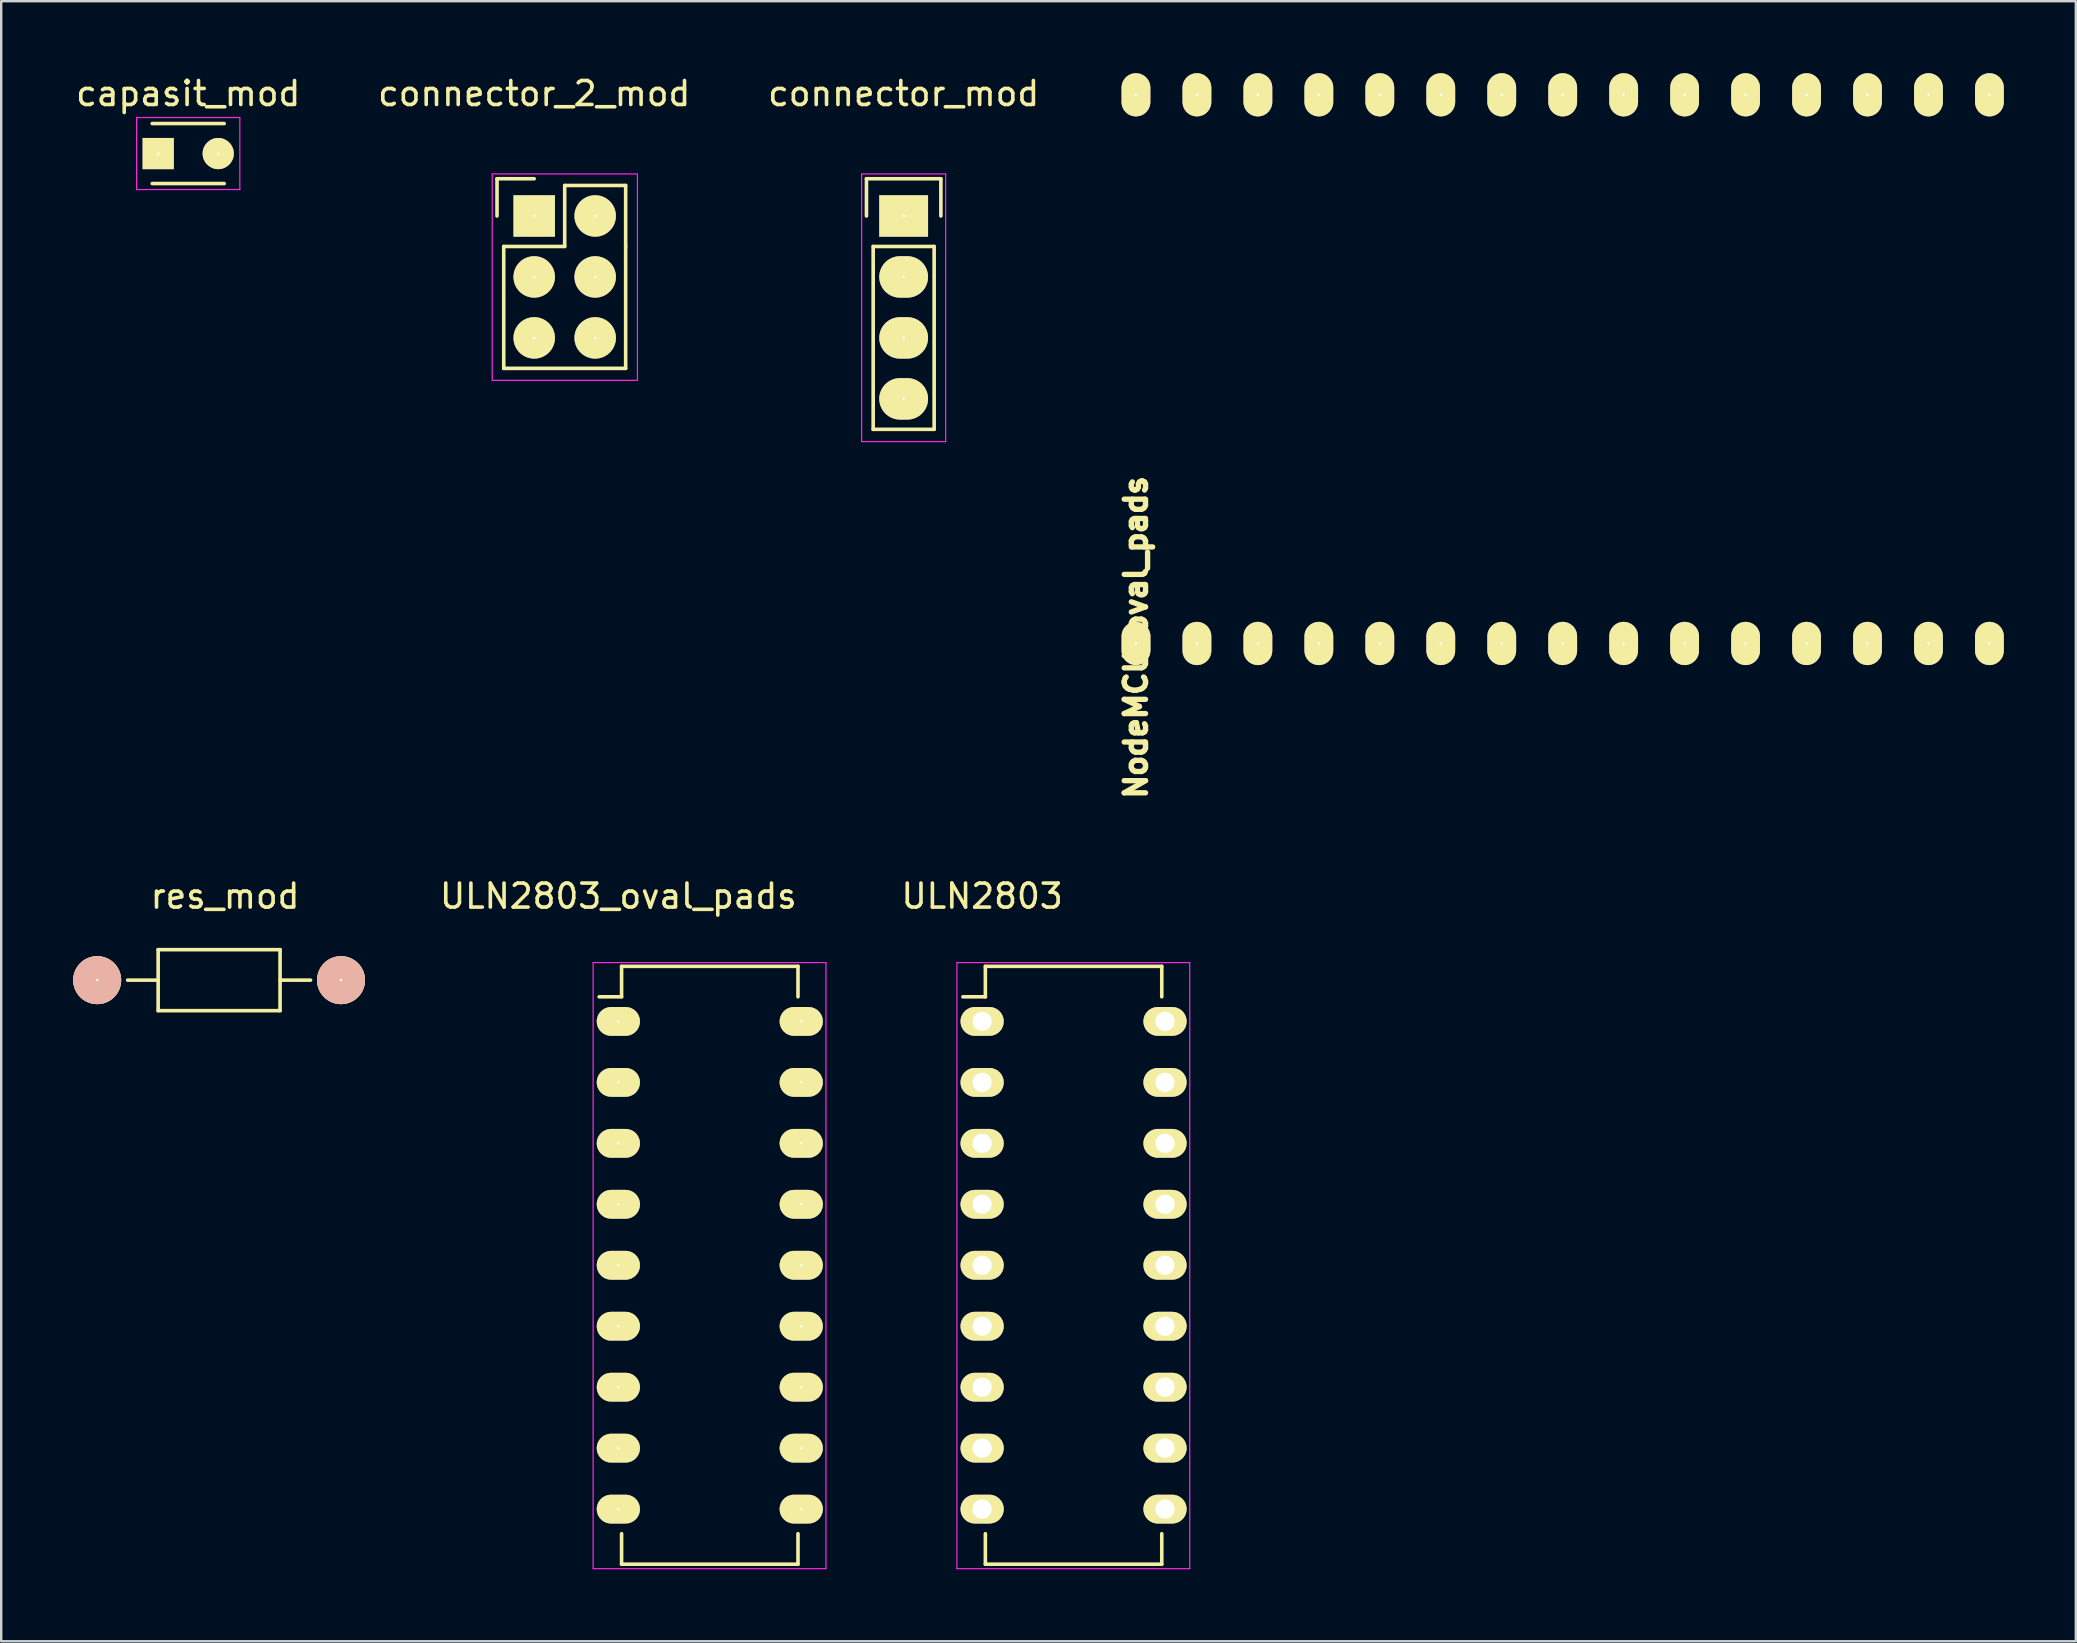
<source format=kicad_pcb>
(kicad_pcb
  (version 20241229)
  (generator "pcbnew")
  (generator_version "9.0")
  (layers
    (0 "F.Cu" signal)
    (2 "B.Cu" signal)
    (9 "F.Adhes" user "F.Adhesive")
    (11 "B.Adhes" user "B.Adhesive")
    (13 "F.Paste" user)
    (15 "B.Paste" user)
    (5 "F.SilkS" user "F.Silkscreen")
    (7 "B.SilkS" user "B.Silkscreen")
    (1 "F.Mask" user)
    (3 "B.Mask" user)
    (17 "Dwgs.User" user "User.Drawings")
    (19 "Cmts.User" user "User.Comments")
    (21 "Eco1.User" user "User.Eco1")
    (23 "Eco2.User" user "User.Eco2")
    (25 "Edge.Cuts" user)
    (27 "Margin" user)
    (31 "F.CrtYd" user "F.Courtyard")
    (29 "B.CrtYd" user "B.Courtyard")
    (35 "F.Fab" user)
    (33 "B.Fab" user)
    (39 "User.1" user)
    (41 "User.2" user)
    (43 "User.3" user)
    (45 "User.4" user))
  (footprint "connector_mod"
    (layer "F.Cu")
    (at 34.601 5.948)
    (property "Reference" "connector_mod" (at 0 -5.1 0) (layer "F.SilkS") (effects (font (size 1 1) (thickness 0.15))))
    (attr through_hole)
    (fp_line (start -1.55 -1.55) (end 1.55 -1.55) (stroke (width 0.15) (type solid)) (layer "F.SilkS"))
    (fp_line (start -1.55 0) (end -1.55 -1.55) (stroke (width 0.15) (type solid)) (layer "F.SilkS"))
    (fp_line (start -1.27 1.27) (end -1.27 8.89) (stroke (width 0.15) (type solid)) (layer "F.SilkS"))
    (fp_line (start -1.27 8.89) (end 1.27 8.89) (stroke (width 0.15) (type solid)) (layer "F.SilkS"))
    (fp_line (start 1.27 1.27) (end -1.27 1.27) (stroke (width 0.15) (type solid)) (layer "F.SilkS"))
    (fp_line (start 1.27 1.27) (end 1.27 8.89) (stroke (width 0.15) (type solid)) (layer "F.SilkS"))
    (fp_line (start 1.55 -1.55) (end 1.55 0) (stroke (width 0.15) (type solid)) (layer "F.SilkS"))
    (fp_line (start -1.75 -1.75) (end -1.75 9.4) (stroke (width 0.05) (type solid)) (layer "F.CrtYd"))
    (fp_line (start -1.75 -1.75) (end 1.75 -1.75) (stroke (width 0.05) (type solid)) (layer "F.CrtYd"))
    (fp_line (start -1.75 9.4) (end 1.75 9.4) (stroke (width 0.05) (type solid)) (layer "F.CrtYd"))
    (fp_line (start 1.75 -1.75) (end 1.75 9.4) (stroke (width 0.05) (type solid)) (layer "F.CrtYd"))
    (pad "1" thru_hole rect (at 0 0) (size 2.032 1.727) (drill 0.1) (layers "*.Cu" "*.Mask" "F.SilkS"))
    (pad "2" thru_hole oval (at 0 2.54) (size 2.032 1.727) (drill 0.1) (layers "*.Cu" "*.Mask" "F.SilkS"))
    (pad "3" thru_hole oval (at 0 5.08) (size 2.032 1.727) (drill 0.1) (layers "*.Cu" "*.Mask" "F.SilkS"))
    (pad "4" thru_hole oval (at 0 7.62) (size 2.032 1.727) (drill 0.1) (layers "*.Cu" "*.Mask" "F.SilkS")))
  (footprint "ULN2803"
    (layer "F.Cu")
    (at 37.87 39.507)
    (property "Reference" "ULN2803" (at 0 -5.22 0) (layer "F.SilkS") (effects (font (size 1 1) (thickness 0.15))))
    (attr through_hole)
    (fp_line (start 0.135 -2.295) (end 0.135 -1.025) (stroke (width 0.15) (type solid)) (layer "F.SilkS"))
    (fp_line (start 0.135 -2.295) (end 7.485 -2.295) (stroke (width 0.15) (type solid)) (layer "F.SilkS"))
    (fp_line (start 0.135 -1.025) (end -0.8 -1.025) (stroke (width 0.15) (type solid)) (layer "F.SilkS"))
    (fp_line (start 0.135 22.615) (end 0.135 21.345) (stroke (width 0.15) (type solid)) (layer "F.SilkS"))
    (fp_line (start 0.135 22.615) (end 7.485 22.615) (stroke (width 0.15) (type solid)) (layer "F.SilkS"))
    (fp_line (start 7.485 -2.295) (end 7.485 -1.025) (stroke (width 0.15) (type solid)) (layer "F.SilkS"))
    (fp_line (start 7.485 22.615) (end 7.485 21.345) (stroke (width 0.15) (type solid)) (layer "F.SilkS"))
    (fp_line (start -1.05 -2.45) (end -1.05 22.8) (stroke (width 0.05) (type solid)) (layer "F.CrtYd"))
    (fp_line (start -1.05 -2.45) (end 8.65 -2.45) (stroke (width 0.05) (type solid)) (layer "F.CrtYd"))
    (fp_line (start -1.05 22.8) (end 8.65 22.8) (stroke (width 0.05) (type solid)) (layer "F.CrtYd"))
    (fp_line (start 8.65 -2.45) (end 8.65 22.8) (stroke (width 0.05) (type solid)) (layer "F.CrtYd"))
    (pad "1" thru_hole oval (at 0 0) (size 1.8 1.2) (drill 0.8) (layers "*.Cu" "*.Mask" "F.SilkS"))
    (pad "2" thru_hole oval (at 0 2.54) (size 1.8 1.2) (drill 0.8) (layers "*.Cu" "*.Mask" "F.SilkS"))
    (pad "3" thru_hole oval (at 0 5.08) (size 1.8 1.2) (drill 0.8) (layers "*.Cu" "*.Mask" "F.SilkS"))
    (pad "4" thru_hole oval (at 0 7.62) (size 1.8 1.2) (drill 0.8) (layers "*.Cu" "*.Mask" "F.SilkS"))
    (pad "5" thru_hole oval (at 0 10.16) (size 1.8 1.2) (drill 0.8) (layers "*.Cu" "*.Mask" "F.SilkS"))
    (pad "6" thru_hole oval (at 0 12.7) (size 1.8 1.2) (drill 0.8) (layers "*.Cu" "*.Mask" "F.SilkS"))
    (pad "7" thru_hole oval (at 0 15.24) (size 1.8 1.2) (drill 0.8) (layers "*.Cu" "*.Mask" "F.SilkS"))
    (pad "8" thru_hole oval (at 0 17.78) (size 1.8 1.2) (drill 0.8) (layers "*.Cu" "*.Mask" "F.SilkS"))
    (pad "9" thru_hole oval (at 0 20.32) (size 1.8 1.2) (drill 0.8) (layers "*.Cu" "*.Mask" "F.SilkS"))
    (pad "10" thru_hole oval (at 7.62 20.32) (size 1.8 1.2) (drill 0.8) (layers "*.Cu" "*.Mask" "F.SilkS"))
    (pad "11" thru_hole oval (at 7.62 17.78) (size 1.8 1.2) (drill 0.8) (layers "*.Cu" "*.Mask" "F.SilkS"))
    (pad "12" thru_hole oval (at 7.62 15.24) (size 1.8 1.2) (drill 0.8) (layers "*.Cu" "*.Mask" "F.SilkS"))
    (pad "13" thru_hole oval (at 7.62 12.7) (size 1.8 1.2) (drill 0.8) (layers "*.Cu" "*.Mask" "F.SilkS"))
    (pad "14" thru_hole oval (at 7.62 10.16) (size 1.8 1.2) (drill 0.8) (layers "*.Cu" "*.Mask" "F.SilkS"))
    (pad "15" thru_hole oval (at 7.62 7.62) (size 1.8 1.2) (drill 0.8) (layers "*.Cu" "*.Mask" "F.SilkS"))
    (pad "16" thru_hole oval (at 7.62 5.08) (size 1.8 1.2) (drill 0.8) (layers "*.Cu" "*.Mask" "F.SilkS"))
    (pad "17" thru_hole oval (at 7.62 2.54) (size 1.8 1.2) (drill 0.8) (layers "*.Cu" "*.Mask" "F.SilkS"))
    (pad "18" thru_hole oval (at 7.62 0) (size 1.8 1.2) (drill 0.8) (layers "*.Cu" "*.Mask" "F.SilkS")))
  (footprint "capasit_mod"
    (layer "F.Cu")
    (at 3.542 3.348)
    (property "Reference" "capasit_mod" (at 1.25 -2.5 0) (layer "F.SilkS") (effects (font (size 1 1) (thickness 0.15))))
    (attr through_hole)
    (fp_line (start -0.25 -1.25) (end 2.75 -1.25) (stroke (width 0.15) (type solid)) (layer "F.SilkS"))
    (fp_line (start 2.75 1.25) (end -0.25 1.25) (stroke (width 0.15) (type solid)) (layer "F.SilkS"))
    (fp_line (start -0.9 -1.5) (end 3.4 -1.5) (stroke (width 0.05) (type solid)) (layer "F.CrtYd"))
    (fp_line (start -0.9 1.5) (end -0.9 -1.5) (stroke (width 0.05) (type solid)) (layer "F.CrtYd"))
    (fp_line (start 3.4 -1.5) (end 3.4 1.5) (stroke (width 0.05) (type solid)) (layer "F.CrtYd"))
    (fp_line (start 3.4 1.5) (end -0.9 1.5) (stroke (width 0.05) (type solid)) (layer "F.CrtYd"))
    (pad "1" thru_hole rect (at 0 0) (size 1.3 1.3) (drill 0.1) (layers "*.Cu" "*.Mask" "F.SilkS"))
    (pad "2" thru_hole circle (at 2.5 0) (size 1.3 1.3) (drill 0.1) (layers "*.Cu" "*.Mask" "F.SilkS")))
  (footprint "ULN2803_oval_pads"
    (layer "F.Cu")
    (at 22.713 39.507)
    (property "Reference" "ULN2803_oval_pads" (at 0 -5.22 0) (layer "F.SilkS") (effects (font (size 1 1) (thickness 0.15))))
    (attr through_hole)
    (fp_line (start 0.135 -2.295) (end 0.135 -1.025) (stroke (width 0.15) (type solid)) (layer "F.SilkS"))
    (fp_line (start 0.135 -2.295) (end 7.485 -2.295) (stroke (width 0.15) (type solid)) (layer "F.SilkS"))
    (fp_line (start 0.135 -1.025) (end -0.8 -1.025) (stroke (width 0.15) (type solid)) (layer "F.SilkS"))
    (fp_line (start 0.135 22.615) (end 0.135 21.345) (stroke (width 0.15) (type solid)) (layer "F.SilkS"))
    (fp_line (start 0.135 22.615) (end 7.485 22.615) (stroke (width 0.15) (type solid)) (layer "F.SilkS"))
    (fp_line (start 7.485 -2.295) (end 7.485 -1.025) (stroke (width 0.15) (type solid)) (layer "F.SilkS"))
    (fp_line (start 7.485 22.615) (end 7.485 21.345) (stroke (width 0.15) (type solid)) (layer "F.SilkS"))
    (fp_line (start -1.05 -2.45) (end -1.05 22.8) (stroke (width 0.05) (type solid)) (layer "F.CrtYd"))
    (fp_line (start -1.05 -2.45) (end 8.65 -2.45) (stroke (width 0.05) (type solid)) (layer "F.CrtYd"))
    (fp_line (start -1.05 22.8) (end 8.65 22.8) (stroke (width 0.05) (type solid)) (layer "F.CrtYd"))
    (fp_line (start 8.65 -2.45) (end 8.65 22.8) (stroke (width 0.05) (type solid)) (layer "F.CrtYd"))
    (pad "1" thru_hole oval (at 0 0) (size 1.8 1.2) (drill 0.1) (layers "*.Cu" "*.Mask" "F.SilkS"))
    (pad "2" thru_hole oval (at 0 2.54) (size 1.8 1.2) (drill 0.1) (layers "*.Cu" "*.Mask" "F.SilkS"))
    (pad "3" thru_hole oval (at 0 5.08) (size 1.8 1.2) (drill 0.1) (layers "*.Cu" "*.Mask" "F.SilkS"))
    (pad "4" thru_hole oval (at 0 7.62) (size 1.8 1.2) (drill 0.1) (layers "*.Cu" "*.Mask" "F.SilkS"))
    (pad "5" thru_hole oval (at 0 10.16) (size 1.8 1.2) (drill 0.1) (layers "*.Cu" "*.Mask" "F.SilkS"))
    (pad "6" thru_hole oval (at 0 12.7) (size 1.8 1.2) (drill 0.1) (layers "*.Cu" "*.Mask" "F.SilkS"))
    (pad "7" thru_hole oval (at 0 15.24) (size 1.8 1.2) (drill 0.1) (layers "*.Cu" "*.Mask" "F.SilkS"))
    (pad "8" thru_hole oval (at 0 17.78) (size 1.8 1.2) (drill 0.1) (layers "*.Cu" "*.Mask" "F.SilkS"))
    (pad "9" thru_hole oval (at 0 20.32) (size 1.8 1.2) (drill 0.1) (layers "*.Cu" "*.Mask" "F.SilkS"))
    (pad "10" thru_hole oval (at 7.62 20.32) (size 1.8 1.2) (drill 0.1) (layers "*.Cu" "*.Mask" "F.SilkS"))
    (pad "11" thru_hole oval (at 7.62 17.78) (size 1.8 1.2) (drill 0.1) (layers "*.Cu" "*.Mask" "F.SilkS"))
    (pad "12" thru_hole oval (at 7.62 15.24) (size 1.8 1.2) (drill 0.1) (layers "*.Cu" "*.Mask" "F.SilkS"))
    (pad "13" thru_hole oval (at 7.62 12.7) (size 1.8 1.2) (drill 0.1) (layers "*.Cu" "*.Mask" "F.SilkS"))
    (pad "14" thru_hole oval (at 7.62 10.16) (size 1.8 1.2) (drill 0.1) (layers "*.Cu" "*.Mask" "F.SilkS"))
    (pad "15" thru_hole oval (at 7.62 7.62) (size 1.8 1.2) (drill 0.1) (layers "*.Cu" "*.Mask" "F.SilkS"))
    (pad "16" thru_hole oval (at 7.62 5.08) (size 1.8 1.2) (drill 0.1) (layers "*.Cu" "*.Mask" "F.SilkS"))
    (pad "17" thru_hole oval (at 7.62 2.54) (size 1.8 1.2) (drill 0.1) (layers "*.Cu" "*.Mask" "F.SilkS"))
    (pad "18" thru_hole oval (at 7.62 0) (size 1.8 1.2) (drill 0.1) (layers "*.Cu" "*.Mask" "F.SilkS")))
  (footprint "res_mod"
    (layer "F.Cu")
    (at 6.079 37.788)
    (property "Reference" "res_mod" (at 0.249 -3.5 0) (layer "F.SilkS") (effects (font (size 1 1) (thickness 0.15))))
    (attr through_hole)
    (fp_line (start -2.54 -1.27) (end 2.54 -1.27) (stroke (width 0.15) (type solid)) (layer "F.SilkS"))
    (fp_line (start -2.54 0) (end -3.81 0) (stroke (width 0.15) (type solid)) (layer "F.SilkS"))
    (fp_line (start -2.54 1.27) (end -2.54 -1.27) (stroke (width 0.15) (type solid)) (layer "F.SilkS"))
    (fp_line (start 2.54 -1.27) (end 2.54 1.27) (stroke (width 0.15) (type solid)) (layer "F.SilkS"))
    (fp_line (start 2.54 0) (end 3.81 0) (stroke (width 0.15) (type solid)) (layer "F.SilkS"))
    (fp_line (start 2.54 1.27) (end -2.54 1.27) (stroke (width 0.15) (type solid)) (layer "F.SilkS"))
    (pad "1" thru_hole circle (at -5.08 0) (size 1.999 1.999) (drill 0.1) (layers "*.Cu" "*.SilkS" "*.Mask"))
    (pad "2" thru_hole circle (at 5.08 0) (size 1.999 1.999) (drill 0.1) (layers "*.Cu" "*.SilkS" "*.Mask")))
  (footprint "NodeMCU_oval_pads"
    (layer "F.Cu")
    (at 44.279 23.76)
    (property "Reference" "NodeMCU_oval_pads" (at 0 -0.254 270) (layer "F.SilkS") (effects (font (size 0.889 0.889) (thickness 0.305))))
    (attr through_hole)
    (fp_line (start 0 0) (end 0 0) (stroke (width 0.305) (type solid)) (layer "F.SilkS"))
    (fp_line (start 0 0) (end 0 0) (stroke (width 0.305) (type solid)) (layer "F.SilkS"))
    (fp_line (start 0 0) (end 0 0) (stroke (width 0.305) (type solid)) (layer "F.SilkS"))
    (fp_line (start 0 0) (end 0 0) (stroke (width 0.305) (type solid)) (layer "F.SilkS"))
    (pad "1" thru_hole oval (at 0 0 180) (size 1.2 1.8) (drill 0.1) (layers "*.Cu" "*.Mask" "F.SilkS"))
    (pad "2" thru_hole oval (at 2.54 0 180) (size 1.2 1.8) (drill 0.1) (layers "*.Cu" "*.Mask" "F.SilkS"))
    (pad "3" thru_hole oval (at 5.08 0 180) (size 1.2 1.8) (drill 0.1) (layers "*.Cu" "*.Mask" "F.SilkS"))
    (pad "4" thru_hole oval (at 7.62 0 180) (size 1.2 1.8) (drill 0.1) (layers "*.Cu" "*.Mask" "F.SilkS"))
    (pad "5" thru_hole oval (at 10.16 0 180) (size 1.2 1.8) (drill 0.1) (layers "*.Cu" "*.Mask" "F.SilkS"))
    (pad "6" thru_hole oval (at 12.7 0 180) (size 1.2 1.8) (drill 0.1) (layers "*.Cu" "*.Mask" "F.SilkS"))
    (pad "7" thru_hole oval (at 15.24 0 180) (size 1.2 1.8) (drill 0.1) (layers "*.Cu" "*.Mask" "F.SilkS"))
    (pad "8" thru_hole oval (at 17.78 0 180) (size 1.2 1.8) (drill 0.1) (layers "*.Cu" "*.Mask" "F.SilkS"))
    (pad "9" thru_hole oval (at 20.32 0 180) (size 1.2 1.8) (drill 0.1) (layers "*.Cu" "*.Mask" "F.SilkS"))
    (pad "10" thru_hole oval (at 22.86 0 180) (size 1.2 1.8) (drill 0.1) (layers "*.Cu" "*.Mask" "F.SilkS"))
    (pad "11" thru_hole oval (at 25.4 0 180) (size 1.2 1.8) (drill 0.1) (layers "*.Cu" "*.Mask" "F.SilkS"))
    (pad "12" thru_hole oval (at 27.94 0 180) (size 1.2 1.8) (drill 0.1) (layers "*.Cu" "*.Mask" "F.SilkS"))
    (pad "13" thru_hole oval (at 30.48 0 180) (size 1.2 1.8) (drill 0.1) (layers "*.Cu" "*.Mask" "F.SilkS"))
    (pad "14" thru_hole oval (at 33.02 0 180) (size 1.2 1.8) (drill 0.1) (layers "*.Cu" "*.Mask" "F.SilkS"))
    (pad "15" thru_hole oval (at 35.56 0 180) (size 1.2 1.8) (drill 0.1) (layers "*.Cu" "*.Mask" "F.SilkS"))
    (pad "16" thru_hole oval (at 35.56 -22.86 180) (size 1.2 1.8) (drill 0.1) (layers "*.Cu" "*.Mask" "F.SilkS"))
    (pad "17" thru_hole oval (at 33.02 -22.86 180) (size 1.2 1.8) (drill 0.1) (layers "*.Cu" "*.Mask" "F.SilkS"))
    (pad "18" thru_hole oval (at 30.48 -22.86 180) (size 1.2 1.8) (drill 0.1) (layers "*.Cu" "*.Mask" "F.SilkS"))
    (pad "19" thru_hole oval (at 27.94 -22.86 180) (size 1.2 1.8) (drill 0.1) (layers "*.Cu" "*.Mask" "F.SilkS"))
    (pad "20" thru_hole oval (at 25.4 -22.86 180) (size 1.2 1.8) (drill 0.1) (layers "*.Cu" "*.Mask" "F.SilkS"))
    (pad "21" thru_hole oval (at 22.86 -22.86 180) (size 1.2 1.8) (drill 0.1) (layers "*.Cu" "*.Mask" "F.SilkS"))
    (pad "22" thru_hole oval (at 20.32 -22.86 180) (size 1.2 1.8) (drill 0.1) (layers "*.Cu" "*.Mask" "F.SilkS"))
    (pad "23" thru_hole oval (at 17.78 -22.86 180) (size 1.2 1.8) (drill 0.1) (layers "*.Cu" "*.Mask" "F.SilkS"))
    (pad "24" thru_hole oval (at 15.24 -22.86 180) (size 1.2 1.8) (drill 0.1) (layers "*.Cu" "*.Mask" "F.SilkS"))
    (pad "25" thru_hole oval (at 12.7 -22.86 180) (size 1.2 1.8) (drill 0.1) (layers "*.Cu" "*.Mask" "F.SilkS"))
    (pad "26" thru_hole oval (at 10.16 -22.86 180) (size 1.2 1.8) (drill 0.1) (layers "*.Cu" "*.Mask" "F.SilkS"))
    (pad "27" thru_hole oval (at 7.62 -22.86 180) (size 1.2 1.8) (drill 0.1) (layers "*.Cu" "*.Mask" "F.SilkS"))
    (pad "28" thru_hole oval (at 5.08 -22.86 180) (size 1.2 1.8) (drill 0.1) (layers "*.Cu" "*.Mask" "F.SilkS"))
    (pad "29" thru_hole oval (at 2.54 -22.86 180) (size 1.2 1.8) (drill 0.1) (layers "*.Cu" "*.Mask" "F.SilkS"))
    (pad "30" thru_hole oval (at 0 -22.86 180) (size 1.2 1.8) (drill 0.1) (layers "*.Cu" "*.Mask" "F.SilkS")))
  (footprint "connector_2_mod"
    (layer "F.Cu")
    (at 19.208 5.948)
    (property "Reference" "connector_2_mod" (at 0 -5.1 0) (layer "F.SilkS") (effects (font (size 1 1) (thickness 0.15))))
    (attr through_hole)
    (fp_line (start -1.55 -1.55) (end -1.55 0) (stroke (width 0.15) (type solid)) (layer "F.SilkS"))
    (fp_line (start -1.55 -1.55) (end 0 -1.55) (stroke (width 0.15) (type solid)) (layer "F.SilkS"))
    (fp_line (start -1.27 1.27) (end -1.27 6.35) (stroke (width 0.15) (type solid)) (layer "F.SilkS"))
    (fp_line (start -1.27 6.35) (end 3.81 6.35) (stroke (width 0.15) (type solid)) (layer "F.SilkS"))
    (fp_line (start 1.27 -1.27) (end 1.27 1.27) (stroke (width 0.15) (type solid)) (layer "F.SilkS"))
    (fp_line (start 1.27 1.27) (end -1.27 1.27) (stroke (width 0.15) (type solid)) (layer "F.SilkS"))
    (fp_line (start 3.81 -1.27) (end 1.27 -1.27) (stroke (width 0.15) (type solid)) (layer "F.SilkS"))
    (fp_line (start 3.81 1.27) (end 3.81 -1.27) (stroke (width 0.15) (type solid)) (layer "F.SilkS"))
    (fp_line (start 3.81 6.35) (end 3.81 1.27) (stroke (width 0.15) (type solid)) (layer "F.SilkS"))
    (fp_line (start -1.75 -1.75) (end -1.75 6.85) (stroke (width 0.05) (type solid)) (layer "F.CrtYd"))
    (fp_line (start -1.75 -1.75) (end 4.3 -1.75) (stroke (width 0.05) (type solid)) (layer "F.CrtYd"))
    (fp_line (start -1.75 6.85) (end 4.3 6.85) (stroke (width 0.05) (type solid)) (layer "F.CrtYd"))
    (fp_line (start 4.3 -1.75) (end 4.3 6.85) (stroke (width 0.05) (type solid)) (layer "F.CrtYd"))
    (pad "1" thru_hole rect (at 0 0) (size 1.727 1.727) (drill 0.1) (layers "*.Cu" "*.Mask" "F.SilkS"))
    (pad "2" thru_hole oval (at 2.54 0) (size 1.727 1.727) (drill 0.1) (layers "*.Cu" "*.Mask" "F.SilkS"))
    (pad "3" thru_hole oval (at 0 2.54) (size 1.727 1.727) (drill 0.1) (layers "*.Cu" "*.Mask" "F.SilkS"))
    (pad "4" thru_hole oval (at 2.54 2.54) (size 1.727 1.727) (drill 0.1) (layers "*.Cu" "*.Mask" "F.SilkS"))
    (pad "5" thru_hole oval (at 0 5.08) (size 1.727 1.727) (drill 0.1) (layers "*.Cu" "*.Mask" "F.SilkS"))
    (pad "6" thru_hole oval (at 2.54 5.08) (size 1.727 1.727) (drill 0.1) (layers "*.Cu" "*.Mask" "F.SilkS")))
  (gr_rect
    (start -3 -3)
    (end 83.439 65.332)
    (stroke (width 0.1) (type default))
    (fill no)
    (layer "Edge.Cuts")))
</source>
